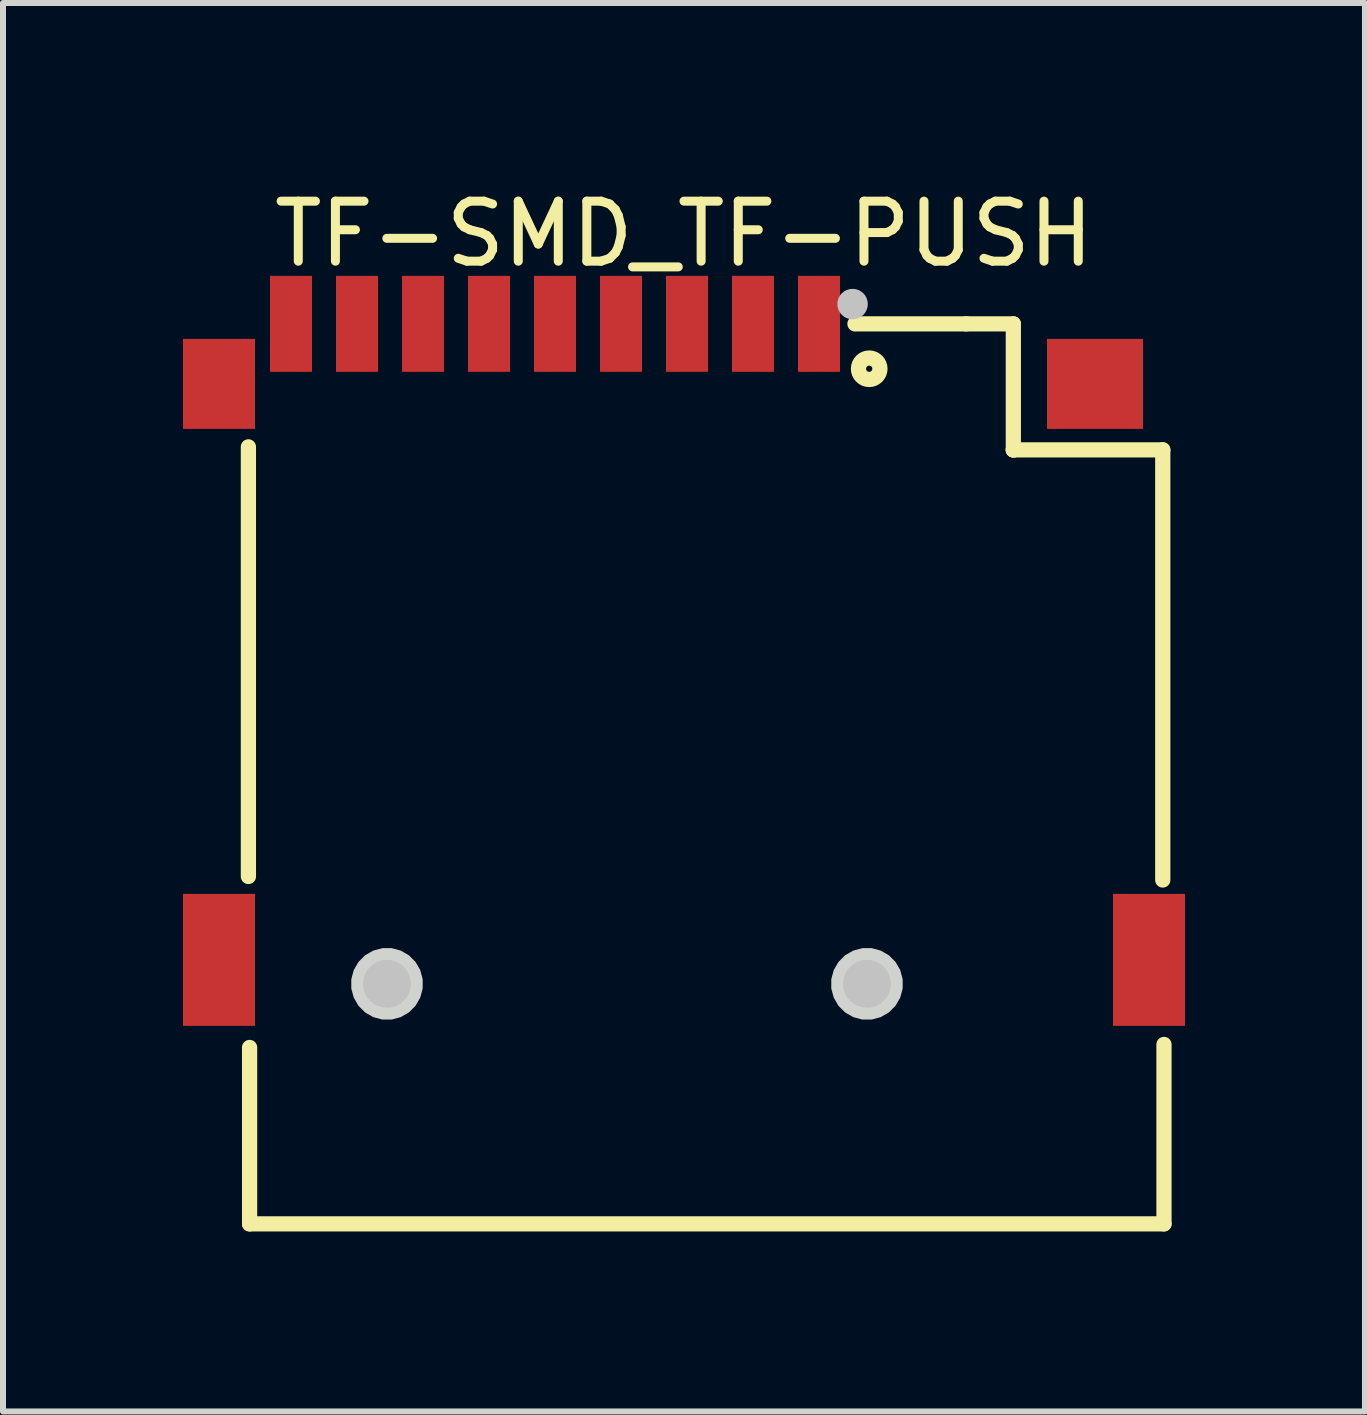
<source format=kicad_pcb>
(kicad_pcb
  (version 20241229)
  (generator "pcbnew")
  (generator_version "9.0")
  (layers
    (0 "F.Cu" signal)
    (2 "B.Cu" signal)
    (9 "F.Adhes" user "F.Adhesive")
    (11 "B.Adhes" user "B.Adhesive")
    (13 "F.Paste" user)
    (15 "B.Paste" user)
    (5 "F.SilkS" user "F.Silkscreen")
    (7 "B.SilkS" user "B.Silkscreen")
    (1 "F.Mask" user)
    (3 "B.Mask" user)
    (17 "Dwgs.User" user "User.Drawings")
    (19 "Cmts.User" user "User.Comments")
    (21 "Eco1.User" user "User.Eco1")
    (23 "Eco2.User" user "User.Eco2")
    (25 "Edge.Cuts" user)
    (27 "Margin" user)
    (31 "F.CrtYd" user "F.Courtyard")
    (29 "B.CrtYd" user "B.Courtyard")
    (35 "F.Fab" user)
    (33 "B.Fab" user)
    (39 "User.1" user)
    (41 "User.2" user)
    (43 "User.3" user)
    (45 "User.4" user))
  (footprint "TF-SMD_TF-PUSH"
    (layer "F.Cu")
    (at 8.35 7.648)
    (property "Reference" "TF-SMD_TF-PUSH" (at 0 -6.8 0) (layer "F.SilkS") (effects (font (size 1 1) (thickness 0.15))))
    (fp_line (start -7.26 -3.25) (end -7.26 3.91) (stroke (width 0.254) (type default)) (layer "F.SilkS"))
    (fp_line (start -7.24 9.7) (end -7.24 6.76) (stroke (width 0.254) (type default)) (layer "F.SilkS"))
    (fp_line (start -7.24 9.7) (end 8 9.7) (stroke (width 0.254) (type default)) (layer "F.SilkS"))
    (fp_line (start 4.702 -5.3) (end 2.85 -5.3) (stroke (width 0.254) (type default)) (layer "F.SilkS"))
    (fp_line (start 4.702 -5.3) (end 5.489 -5.3) (stroke (width 0.254) (type default)) (layer "F.SilkS"))
    (fp_line (start 5.489 -5.3) (end 5.489 -3.199) (stroke (width 0.254) (type default)) (layer "F.SilkS"))
    (fp_line (start 5.489 -3.199) (end 5.5 -3.2) (stroke (width 0.254) (type default)) (layer "F.SilkS"))
    (fp_line (start 7.98 -3.2) (end 5.49 -3.2) (stroke (width 0.254) (type default)) (layer "F.SilkS"))
    (fp_line (start 7.98 3.969) (end 7.98 -3.2) (stroke (width 0.254) (type default)) (layer "F.SilkS"))
    (fp_line (start 8 9.7) (end 8 6.71) (stroke (width 0.254) (type default)) (layer "F.SilkS"))
    (fp_circle (center 3.087 -4.552) (end 3.139 -4.552) (stroke (width 0.254) (type default)) (fill no) (layer "F.SilkS"))
    (fp_circle (center -4.95 5.7) (end -4.75 5.7) (stroke (width 0.4) (type default)) (fill no) (layer "Dwgs.User"))
    (fp_circle (center 2.81 -5.63) (end 2.937 -5.63) (stroke (width 0.254) (type default)) (fill no) (layer "Dwgs.User"))
    (fp_circle (center 3.05 5.7) (end 3.25 5.7) (stroke (width 0.4) (type default)) (fill no) (layer "Dwgs.User"))
    (fp_poly (pts (xy -4.355 5.622) (xy -4.396 5.47) (xy -4.474 5.335) (xy -4.585 5.224) (xy -4.72 5.146) (xy -4.872 5.105) (xy -5.028 5.105) (xy -5.18 5.146) (xy -5.315 5.224) (xy -5.426 5.335) (xy -5.504 5.47) (xy -5.545 5.622) (xy -5.545 5.778) (xy -5.504 5.93) (xy -5.426 6.065) (xy -5.315 6.176) (xy -5.18 6.254) (xy -5.028 6.295) (xy -4.872 6.295) (xy -4.72 6.254) (xy -4.585 6.176) (xy -4.474 6.065) (xy -4.396 5.93) (xy -4.355 5.778)) (stroke (width 0) (type default)) (fill yes) (layer "Edge.Cuts"))
    (fp_poly (pts (xy 3.645 5.622) (xy 3.604 5.47) (xy 3.526 5.335) (xy 3.415 5.224) (xy 3.28 5.146) (xy 3.128 5.105) (xy 2.972 5.105) (xy 2.82 5.146) (xy 2.685 5.224) (xy 2.574 5.335) (xy 2.496 5.47) (xy 2.455 5.622) (xy 2.455 5.778) (xy 2.496 5.93) (xy 2.574 6.065) (xy 2.685 6.176) (xy 2.82 6.254) (xy 2.972 6.295) (xy 3.128 6.295) (xy 3.28 6.254) (xy 3.415 6.176) (xy 3.526 6.065) (xy 3.604 5.93) (xy 3.645 5.778)) (stroke (width 0) (type default)) (fill yes) (layer "Edge.Cuts"))
    (fp_poly (pts (xy -6.7 -5.505) (xy -6.4 -5.505) (xy -6.4 -4.805) (xy -6.7 -4.805)) (stroke (width 0.1) (type default)) (fill no) (layer "User.1"))
    (fp_poly (pts (xy -5.6 -5.505) (xy -5.3 -5.505) (xy -5.3 -4.805) (xy -5.6 -4.805)) (stroke (width 0.1) (type default)) (fill no) (layer "User.1"))
    (fp_poly (pts (xy -4.5 -5.505) (xy -4.2 -5.505) (xy -4.2 -4.805) (xy -4.5 -4.805)) (stroke (width 0.1) (type default)) (fill no) (layer "User.1"))
    (fp_poly (pts (xy -3.4 -5.505) (xy -3.1 -5.505) (xy -3.1 -4.805) (xy -3.4 -4.805)) (stroke (width 0.1) (type default)) (fill no) (layer "User.1"))
    (fp_poly (pts (xy -2.3 -5.505) (xy -2 -5.505) (xy -2 -4.805) (xy -2.3 -4.805)) (stroke (width 0.1) (type default)) (fill no) (layer "User.1"))
    (fp_poly (pts (xy -1.2 -5.505) (xy -0.9 -5.505) (xy -0.9 -4.805) (xy -1.2 -4.805)) (stroke (width 0.1) (type default)) (fill no) (layer "User.1"))
    (fp_poly (pts (xy -0.1 -5.505) (xy 0.2 -5.505) (xy 0.2 -4.805) (xy -0.1 -4.805)) (stroke (width 0.1) (type default)) (fill no) (layer "User.1"))
    (fp_poly (pts (xy 1 -5.505) (xy 1.3 -5.505) (xy 1.3 -4.805) (xy 1 -4.805)) (stroke (width 0.1) (type default)) (fill no) (layer "User.1"))
    (fp_poly (pts (xy 2.1 -5.505) (xy 2.4 -5.505) (xy 2.4 -4.805) (xy 2.1 -4.805)) (stroke (width 0.1) (type default)) (fill no) (layer "User.1"))
    (fp_poly (pts (xy -7.369 6.094) (xy -7.37 4.495) (xy -8.069 4.495) (xy -8.069 6.093) (xy -8.008 6.093)) (stroke (width 0.1) (type default)) (fill no) (layer "User.1"))
    (fp_poly (pts (xy 8.069 6.091) (xy 8.069 4.492) (xy 7.369 4.492) (xy 7.369 6.091) (xy 7.429 6.091)) (stroke (width 0.1) (type default)) (fill no) (layer "User.1"))
    (fp_poly (pts (xy -7.37 -3.806) (xy -8.069 -3.806) (xy -8.07 -4.806) (xy -7.383 -4.806) (xy -7.381 -4.805) (xy -7.384 -4.497)) (stroke (width 0.1) (type default)) (fill no) (layer "User.1"))
    (fp_poly (pts (xy 6.481 -3.805) (xy 7.181 -3.805) (xy 7.181 -4.804) (xy 6.494 -4.805) (xy 6.47 -4.806) (xy 6.472 -4.752) (xy 6.473 -4.671) (xy 6.474 -4.498)) (stroke (width 0.1) (type default)) (fill no) (layer "User.1"))
    (fp_line (start -8.07 -4.806) (end 7.181 -4.806) (stroke (width 0.051) (type default)) (layer "User.2"))
    (fp_line (start -8.07 -4.806) (end -8.07 -4.806) (stroke (width 0.051) (type default)) (layer "User.2"))
    (fp_line (start -8.07 -3.807) (end -8.07 -4.806) (stroke (width 0.051) (type default)) (layer "User.2"))
    (fp_line (start -8.07 6.094) (end -8.069 4.494) (stroke (width 0.051) (type default)) (layer "User.2"))
    (fp_line (start -8.069 4.494) (end -7.37 4.494) (stroke (width 0.051) (type default)) (layer "User.2"))
    (fp_line (start -7.37 -3.806) (end -8.07 -3.807) (stroke (width 0.051) (type default)) (layer "User.2"))
    (fp_line (start -7.37 4.494) (end -7.37 -3.806) (stroke (width 0.051) (type default)) (layer "User.2"))
    (fp_line (start -7.37 6.095) (end -8.07 6.094) (stroke (width 0.051) (type default)) (layer "User.2"))
    (fp_line (start -7.37 8.994) (end -7.37 6.095) (stroke (width 0.051) (type default)) (layer "User.2"))
    (fp_line (start -6.352 8.995) (end -7.37 8.994) (stroke (width 0.051) (type default)) (layer "User.2"))
    (fp_line (start -2.476 8.986) (end -6.352 8.995) (stroke (width 0.051) (type default)) (layer "User.2"))
    (fp_line (start -1.695 8.99) (end -2.476 8.986) (stroke (width 0.051) (type default)) (layer "User.2"))
    (fp_line (start -0.647 8.989) (end -1.695 8.99) (stroke (width 0.051) (type default)) (layer "User.2"))
    (fp_line (start 0.139 8.999) (end -0.647 8.989) (stroke (width 0.051) (type default)) (layer "User.2"))
    (fp_line (start 0.232 9.003) (end 0.139 8.999) (stroke (width 0.051) (type default)) (layer "User.2"))
    (fp_line (start 1.091 9.042) (end 0.232 9.003) (stroke (width 0.051) (type default)) (layer "User.2"))
    (fp_line (start 1.163 9.05) (end 1.091 9.042) (stroke (width 0.051) (type default)) (layer "User.2"))
    (fp_line (start 1.308 9.069) (end 1.163 9.05) (stroke (width 0.051) (type default)) (layer "User.2"))
    (fp_line (start 1.414 9.075) (end 1.308 9.069) (stroke (width 0.051) (type default)) (layer "User.2"))
    (fp_line (start 1.841 9.12) (end 1.414 9.075) (stroke (width 0.051) (type default)) (layer "User.2"))
    (fp_line (start 2.011 9.136) (end 1.841 9.12) (stroke (width 0.051) (type default)) (layer "User.2"))
    (fp_line (start 2.38 9.204) (end 2.011 9.136) (stroke (width 0.051) (type default)) (layer "User.2"))
    (fp_line (start 3.048 9.341) (end 2.38 9.204) (stroke (width 0.051) (type default)) (layer "User.2"))
    (fp_line (start 3.176 9.37) (end 3.048 9.341) (stroke (width 0.051) (type default)) (layer "User.2"))
    (fp_line (start 3.348 9.403) (end 3.176 9.37) (stroke (width 0.051) (type default)) (layer "User.2"))
    (fp_line (start 3.412 9.421) (end 3.348 9.403) (stroke (width 0.051) (type default)) (layer "User.2"))
    (fp_line (start 3.876 9.552) (end 3.412 9.421) (stroke (width 0.051) (type default)) (layer "User.2"))
    (fp_line (start 4.141 9.627) (end 3.876 9.552) (stroke (width 0.051) (type default)) (layer "User.2"))
    (fp_line (start 4.388 9.695) (end 4.141 9.627) (stroke (width 0.051) (type default)) (layer "User.2"))
    (fp_line (start 4.389 9.694) (end 4.388 9.695) (stroke (width 0.051) (type default)) (layer "User.2"))
    (fp_line (start 6.33 -3.806) (end 6.33 -3.305) (stroke (width 0.051) (type default)) (layer "User.2"))
    (fp_line (start 6.33 -3.305) (end 7.229 -3.305) (stroke (width 0.051) (type default)) (layer "User.2"))
    (fp_line (start 7.181 -4.806) (end 7.181 -4.806) (stroke (width 0.051) (type default)) (layer "User.2"))
    (fp_line (start 7.181 -4.806) (end 7.181 -3.807) (stroke (width 0.051) (type default)) (layer "User.2"))
    (fp_line (start 7.181 -3.807) (end 7.181 -3.806) (stroke (width 0.051) (type default)) (layer "User.2"))
    (fp_line (start 7.181 -3.806) (end 6.33 -3.806) (stroke (width 0.051) (type default)) (layer "User.2"))
    (fp_line (start 7.229 -3.305) (end 7.229 -3.206) (stroke (width 0.051) (type default)) (layer "User.2"))
    (fp_line (start 7.229 -3.206) (end 7.37 -3.206) (stroke (width 0.051) (type default)) (layer "User.2"))
    (fp_line (start 7.37 -3.206) (end 7.37 4.494) (stroke (width 0.051) (type default)) (layer "User.2"))
    (fp_line (start 7.37 4.494) (end 8.069 4.494) (stroke (width 0.051) (type default)) (layer "User.2"))
    (fp_line (start 7.38 9.694) (end 4.389 9.694) (stroke (width 0.051) (type default)) (layer "User.2"))
    (fp_line (start 7.38 6.094) (end 7.38 9.693) (stroke (width 0.051) (type default)) (layer "User.2"))
    (fp_line (start 7.38 9.693) (end 7.38 9.694) (stroke (width 0.051) (type default)) (layer "User.2"))
    (fp_line (start 8.069 4.494) (end 8.07 4.495) (stroke (width 0.051) (type default)) (layer "User.2"))
    (fp_line (start 8.069 6.094) (end 7.38 6.094) (stroke (width 0.051) (type default)) (layer "User.2"))
    (fp_line (start 8.07 4.495) (end 8.07 6.093) (stroke (width 0.051) (type default)) (layer "User.2"))
    (fp_line (start 8.07 6.093) (end 8.069 6.094) (stroke (width 0.051) (type default)) (layer "User.2"))
    (fp_poly (pts (xy 8.125 -5.528) (xy 8.093 -5.56) (xy 8.047 -5.56) (xy 8.015 -5.528) (xy 8.015 -5.482) (xy 8.047 -5.45) (xy 8.093 -5.45) (xy 8.125 -5.482)) (stroke (width 0.1) (type default)) (fill no) (layer "User.3"))
    (pad "1" smd rect (at 2.25 -5.3) (size 0.7 1.6) (layers "F.Cu" "F.Mask" "F.Paste"))
    (pad "2" smd rect (at 1.15 -5.3) (size 0.7 1.6) (layers "F.Cu" "F.Mask" "F.Paste"))
    (pad "3" smd rect (at 0.05 -5.3) (size 0.7 1.6) (layers "F.Cu" "F.Mask" "F.Paste"))
    (pad "4" smd rect (at -1.05 -5.3) (size 0.7 1.6) (layers "F.Cu" "F.Mask" "F.Paste"))
    (pad "5" smd rect (at -2.15 -5.3) (size 0.7 1.6) (layers "F.Cu" "F.Mask" "F.Paste"))
    (pad "6" smd rect (at -3.25 -5.3) (size 0.7 1.6) (layers "F.Cu" "F.Mask" "F.Paste"))
    (pad "7" smd rect (at -4.35 -5.3) (size 0.7 1.6) (layers "F.Cu" "F.Mask" "F.Paste"))
    (pad "8" smd rect (at -5.45 -5.3) (size 0.7 1.6) (layers "F.Cu" "F.Mask" "F.Paste"))
    (pad "10" smd rect (at -7.75 -4.3) (size 1.2 1.5) (layers "F.Cu" "F.Mask" "F.Paste"))
    (pad "11" smd rect (at -7.75 5.3) (size 1.2 2.2) (layers "F.Cu" "F.Mask" "F.Paste"))
    (pad "12" smd rect (at 7.75 5.3) (size 1.2 2.2) (layers "F.Cu" "F.Mask" "F.Paste"))
    (pad "13" smd rect (at 6.85 -4.3) (size 1.6 1.5) (layers "F.Cu" "F.Mask" "F.Paste"))
    (pad "CD" smd rect (at -6.55 -5.3) (size 0.7 1.6) (layers "F.Cu" "F.Mask" "F.Paste")))
  (gr_rect
    (start -3 -3)
    (end 19.7 20.475)
    (stroke (width 0.1) (type default))
    (fill no)
    (layer "Edge.Cuts")))
</source>
